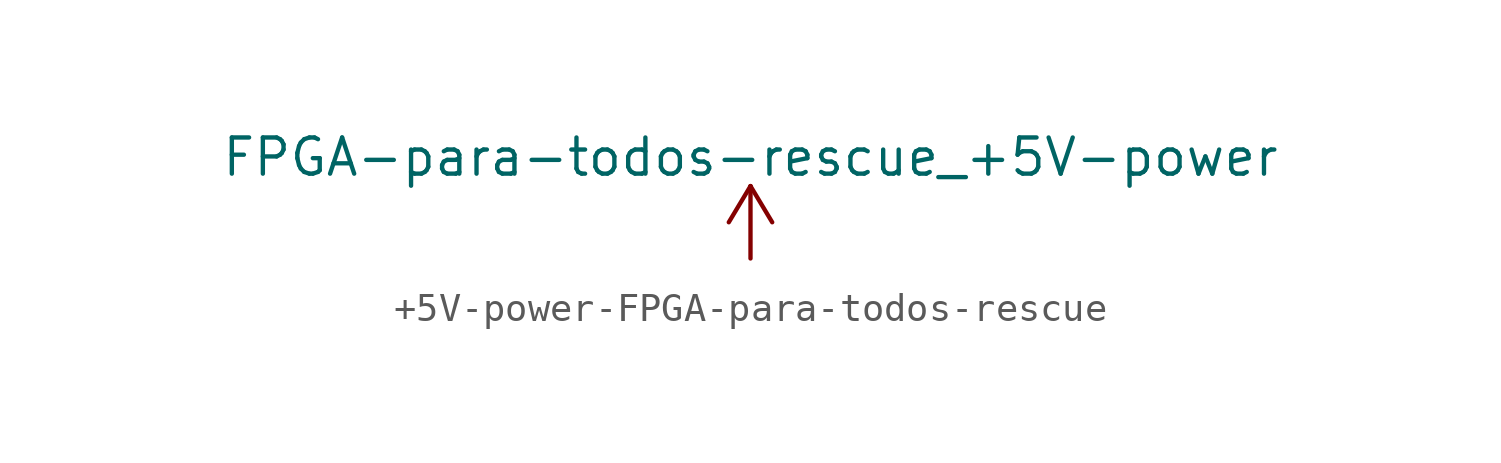
<source format=kicad_sym>
(kicad_symbol_lib
  (version 20231120)
  (generator "kicad_symbol_editor")
  (generator_version "8.0")
  (symbol "+5V-power-FPGA-para-todos-rescue"
    (power)
    (pin_names
      (offset 0))
    (property "Reference" "#PWR"
      (at 0 -3.81 0)
      (effects (font (size 1.27 1.27)) (hide yes)))
    (property "Value" "FPGA-para-todos-rescue_+5V-power"
      (at 0 3.556 0)
      (effects (font (size 1.27 1.27))))
    (symbol "+5V-power-FPGA-para-todos-rescue_0_1"
      (polyline (pts (xy -0.762 1.27) (xy 0 2.54)) (stroke (width 0) (type solid)) (fill (type none)))
      (polyline (pts (xy 0 0) (xy 0 2.54)) (stroke (width 0) (type solid)) (fill (type none)))
      (polyline (pts (xy 0 2.54) (xy 0.762 1.27)) (stroke (width 0) (type solid)) (fill (type none))))
    (symbol "+5V-power-FPGA-para-todos-rescue_1_1"
      (pin power_in line (at 0 0 90) (length 0) hide (name "+5V" (effects (font (size 1.27 1.27)))) (number "1" (effects (font (size 1.27 1.27))))))))
</source>
